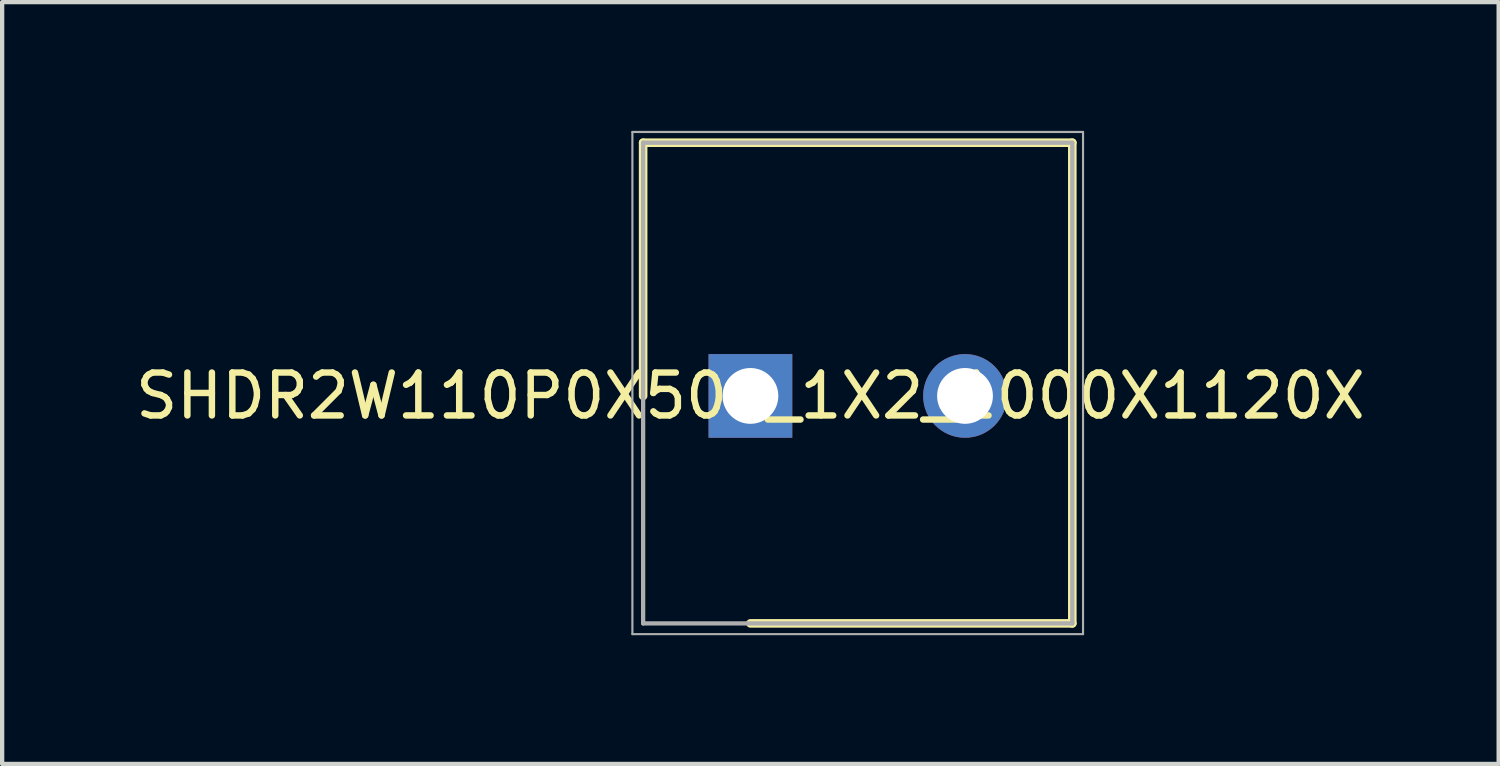
<source format=kicad_pcb>
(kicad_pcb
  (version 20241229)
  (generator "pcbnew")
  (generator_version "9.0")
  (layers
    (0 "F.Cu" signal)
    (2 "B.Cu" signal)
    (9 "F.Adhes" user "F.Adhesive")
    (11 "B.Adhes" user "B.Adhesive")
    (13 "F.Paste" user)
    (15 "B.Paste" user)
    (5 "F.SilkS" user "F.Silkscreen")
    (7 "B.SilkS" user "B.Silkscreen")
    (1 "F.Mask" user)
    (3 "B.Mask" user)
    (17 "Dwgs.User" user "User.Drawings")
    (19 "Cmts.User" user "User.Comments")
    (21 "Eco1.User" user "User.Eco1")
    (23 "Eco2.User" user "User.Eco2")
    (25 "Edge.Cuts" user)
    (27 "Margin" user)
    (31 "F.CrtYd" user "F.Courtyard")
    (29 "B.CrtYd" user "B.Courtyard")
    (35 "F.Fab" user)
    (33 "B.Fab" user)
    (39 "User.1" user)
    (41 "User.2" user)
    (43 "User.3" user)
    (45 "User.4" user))
  (footprint "SHDR2W110P0X500_1X2_1000X1120X"
    (layer "F.Cu")
    (at 14.435 6.175)
    (property "Reference" "SHDR2W110P0X500_1X2_1000X1120X" (at 0 0 0) (layer "F.SilkS") (effects (font (size 1 1) (thickness 0.15))))
    (attr through_hole)
    (fp_line (start -2.5 -5.9) (end -2.5 0) (stroke (width 0.2) (type solid)) (layer "F.SilkS"))
    (fp_line (start 0 5.3) (end 7.5 5.3) (stroke (width 0.2) (type solid)) (layer "F.SilkS"))
    (fp_line (start 7.5 -5.9) (end -2.5 -5.9) (stroke (width 0.2) (type solid)) (layer "F.SilkS"))
    (fp_line (start 7.5 5.3) (end 7.5 -5.9) (stroke (width 0.2) (type solid)) (layer "F.SilkS"))
    (fp_line (start -2.75 -6.15) (end 7.75 -6.15) (stroke (width 0.05) (type solid)) (layer "F.Fab"))
    (fp_line (start -2.75 5.55) (end -2.75 -6.15) (stroke (width 0.05) (type solid)) (layer "F.Fab"))
    (fp_line (start -2.5 -5.9) (end 7.5 -5.9) (stroke (width 0.1) (type solid)) (layer "F.Fab"))
    (fp_line (start -2.5 5.3) (end -2.5 -5.9) (stroke (width 0.1) (type solid)) (layer "F.Fab"))
    (fp_line (start 7.5 -5.9) (end 7.5 5.3) (stroke (width 0.1) (type solid)) (layer "F.Fab"))
    (fp_line (start 7.5 5.3) (end -2.5 5.3) (stroke (width 0.1) (type solid)) (layer "F.Fab"))
    (fp_line (start 7.75 -6.15) (end 7.75 5.55) (stroke (width 0.05) (type solid)) (layer "F.Fab"))
    (fp_line (start 7.75 5.55) (end -2.75 5.55) (stroke (width 0.05) (type solid)) (layer "F.Fab"))
    (pad "1" thru_hole rect (at 0 0) (size 1.95 1.95) (drill 1.3) (layers "*.Cu" "*.Mask"))
    (pad "2" thru_hole circle (at 5 0) (size 1.95 1.95) (drill 1.3) (layers "*.Cu" "*.Mask")))
  (gr_rect
    (start -3 -3)
    (end 31.869 14.75)
    (stroke (width 0.1) (type default))
    (fill no)
    (layer "Edge.Cuts")))
</source>
